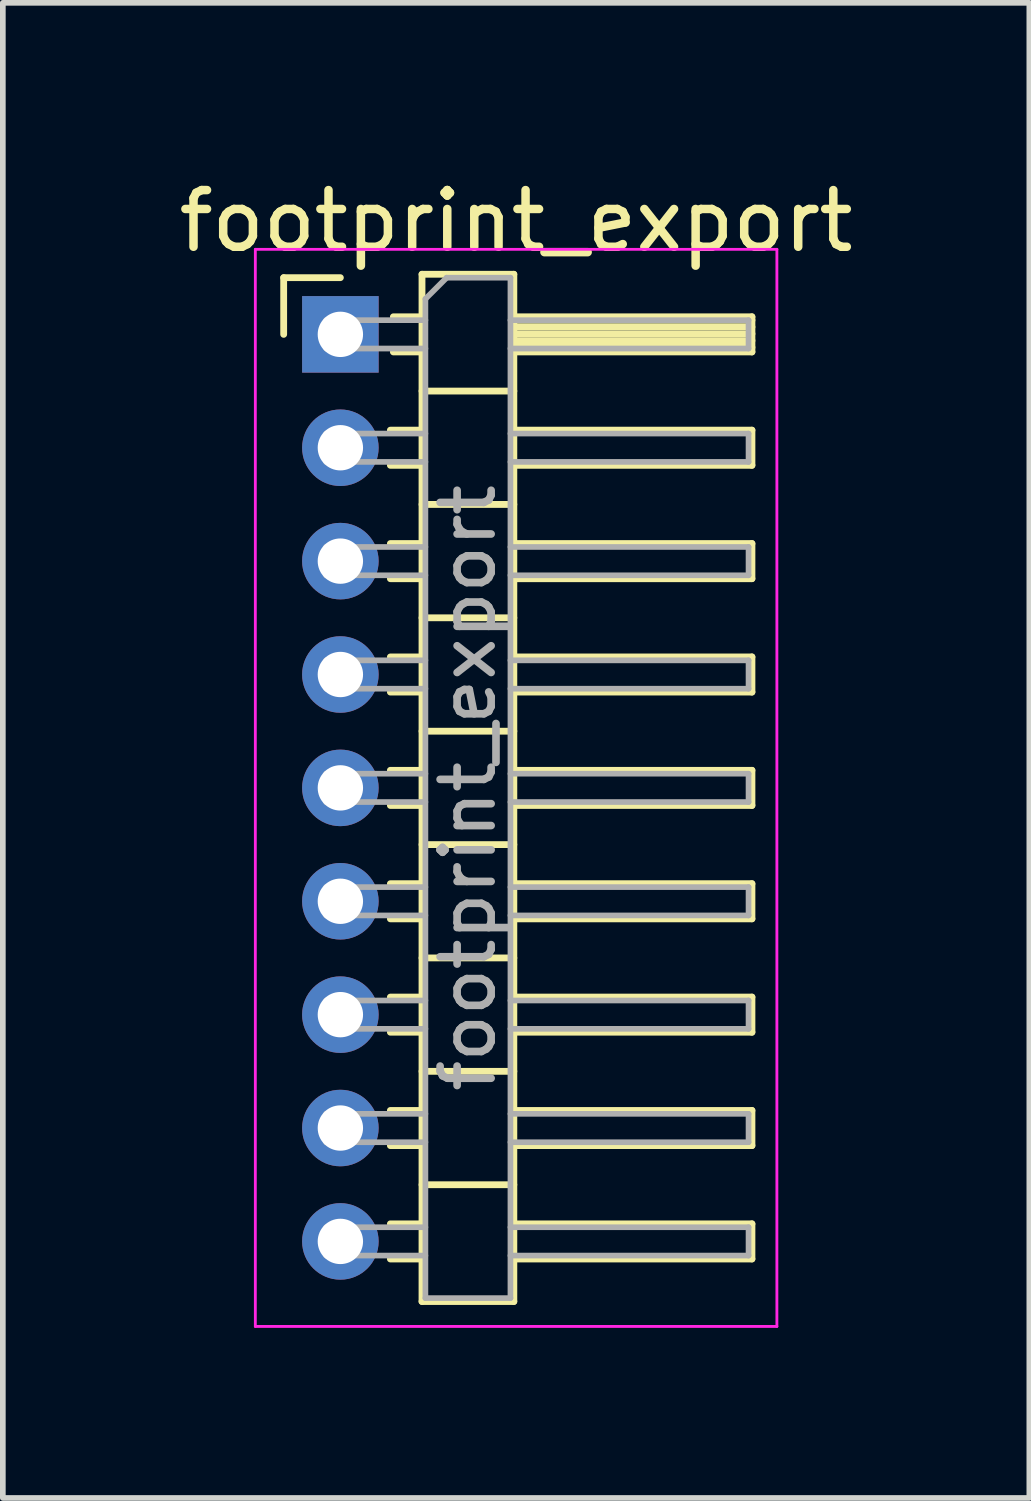
<source format=kicad_pcb>
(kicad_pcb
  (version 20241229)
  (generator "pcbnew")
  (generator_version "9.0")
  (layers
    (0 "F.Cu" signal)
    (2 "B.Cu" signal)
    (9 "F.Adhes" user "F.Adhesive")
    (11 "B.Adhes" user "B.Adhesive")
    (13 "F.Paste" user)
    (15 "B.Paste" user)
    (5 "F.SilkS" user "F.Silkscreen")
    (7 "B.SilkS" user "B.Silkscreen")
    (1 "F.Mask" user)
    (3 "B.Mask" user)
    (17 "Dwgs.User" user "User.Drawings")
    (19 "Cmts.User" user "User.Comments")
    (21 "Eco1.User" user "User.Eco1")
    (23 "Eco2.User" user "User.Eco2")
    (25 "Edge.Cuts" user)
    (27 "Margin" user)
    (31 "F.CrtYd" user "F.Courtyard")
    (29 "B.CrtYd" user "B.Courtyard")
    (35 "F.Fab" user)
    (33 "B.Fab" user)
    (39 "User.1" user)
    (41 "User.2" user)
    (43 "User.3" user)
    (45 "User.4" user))
  (footprint "footprint_export"
    (layer "F.Cu")
    (at 2.954 2.848)
    (property "Reference" "footprint_export" (at 3.1 -2 0) (layer "F.SilkS") (effects (font (size 1 1) (thickness 0.15))))
    (attr through_hole)
    (fp_line (start -1 -1) (end 0 -1) (stroke (width 0.12) (type solid)) (layer "F.SilkS"))
    (fp_line (start -1 0) (end -1 -1) (stroke (width 0.12) (type solid)) (layer "F.SilkS"))
    (fp_line (start 0.882 1.69) (end 1.44 1.69) (stroke (width 0.12) (type solid)) (layer "F.SilkS"))
    (fp_line (start 0.882 2.31) (end 1.44 2.31) (stroke (width 0.12) (type solid)) (layer "F.SilkS"))
    (fp_line (start 0.882 3.69) (end 1.44 3.69) (stroke (width 0.12) (type solid)) (layer "F.SilkS"))
    (fp_line (start 0.882 4.31) (end 1.44 4.31) (stroke (width 0.12) (type solid)) (layer "F.SilkS"))
    (fp_line (start 0.882 5.69) (end 1.44 5.69) (stroke (width 0.12) (type solid)) (layer "F.SilkS"))
    (fp_line (start 0.882 6.31) (end 1.44 6.31) (stroke (width 0.12) (type solid)) (layer "F.SilkS"))
    (fp_line (start 0.882 7.69) (end 1.44 7.69) (stroke (width 0.12) (type solid)) (layer "F.SilkS"))
    (fp_line (start 0.882 8.31) (end 1.44 8.31) (stroke (width 0.12) (type solid)) (layer "F.SilkS"))
    (fp_line (start 0.882 9.69) (end 1.44 9.69) (stroke (width 0.12) (type solid)) (layer "F.SilkS"))
    (fp_line (start 0.882 10.31) (end 1.44 10.31) (stroke (width 0.12) (type solid)) (layer "F.SilkS"))
    (fp_line (start 0.882 11.69) (end 1.44 11.69) (stroke (width 0.12) (type solid)) (layer "F.SilkS"))
    (fp_line (start 0.882 12.31) (end 1.44 12.31) (stroke (width 0.12) (type solid)) (layer "F.SilkS"))
    (fp_line (start 0.882 13.69) (end 1.44 13.69) (stroke (width 0.12) (type solid)) (layer "F.SilkS"))
    (fp_line (start 0.882 14.31) (end 1.44 14.31) (stroke (width 0.12) (type solid)) (layer "F.SilkS"))
    (fp_line (start 0.882 15.69) (end 1.44 15.69) (stroke (width 0.12) (type solid)) (layer "F.SilkS"))
    (fp_line (start 0.882 16.31) (end 1.44 16.31) (stroke (width 0.12) (type solid)) (layer "F.SilkS"))
    (fp_line (start 0.935 -0.31) (end 1.44 -0.31) (stroke (width 0.12) (type solid)) (layer "F.SilkS"))
    (fp_line (start 0.935 0.31) (end 1.44 0.31) (stroke (width 0.12) (type solid)) (layer "F.SilkS"))
    (fp_line (start 1.44 -1.06) (end 1.44 17.06) (stroke (width 0.12) (type solid)) (layer "F.SilkS"))
    (fp_line (start 1.44 1) (end 3.06 1) (stroke (width 0.12) (type solid)) (layer "F.SilkS"))
    (fp_line (start 1.44 3) (end 3.06 3) (stroke (width 0.12) (type solid)) (layer "F.SilkS"))
    (fp_line (start 1.44 5) (end 3.06 5) (stroke (width 0.12) (type solid)) (layer "F.SilkS"))
    (fp_line (start 1.44 7) (end 3.06 7) (stroke (width 0.12) (type solid)) (layer "F.SilkS"))
    (fp_line (start 1.44 9) (end 3.06 9) (stroke (width 0.12) (type solid)) (layer "F.SilkS"))
    (fp_line (start 1.44 11) (end 3.06 11) (stroke (width 0.12) (type solid)) (layer "F.SilkS"))
    (fp_line (start 1.44 13) (end 3.06 13) (stroke (width 0.12) (type solid)) (layer "F.SilkS"))
    (fp_line (start 1.44 15) (end 3.06 15) (stroke (width 0.12) (type solid)) (layer "F.SilkS"))
    (fp_line (start 1.44 17.06) (end 3.06 17.06) (stroke (width 0.12) (type solid)) (layer "F.SilkS"))
    (fp_line (start 3.06 -1.06) (end 1.44 -1.06) (stroke (width 0.12) (type solid)) (layer "F.SilkS"))
    (fp_line (start 3.06 -0.31) (end 7.26 -0.31) (stroke (width 0.12) (type solid)) (layer "F.SilkS"))
    (fp_line (start 3.06 -0.25) (end 7.26 -0.25) (stroke (width 0.12) (type solid)) (layer "F.SilkS"))
    (fp_line (start 3.06 -0.13) (end 7.26 -0.13) (stroke (width 0.12) (type solid)) (layer "F.SilkS"))
    (fp_line (start 3.06 -0.01) (end 7.26 -0.01) (stroke (width 0.12) (type solid)) (layer "F.SilkS"))
    (fp_line (start 3.06 0.11) (end 7.26 0.11) (stroke (width 0.12) (type solid)) (layer "F.SilkS"))
    (fp_line (start 3.06 0.23) (end 7.26 0.23) (stroke (width 0.12) (type solid)) (layer "F.SilkS"))
    (fp_line (start 3.06 1.69) (end 7.26 1.69) (stroke (width 0.12) (type solid)) (layer "F.SilkS"))
    (fp_line (start 3.06 3.69) (end 7.26 3.69) (stroke (width 0.12) (type solid)) (layer "F.SilkS"))
    (fp_line (start 3.06 5.69) (end 7.26 5.69) (stroke (width 0.12) (type solid)) (layer "F.SilkS"))
    (fp_line (start 3.06 7.69) (end 7.26 7.69) (stroke (width 0.12) (type solid)) (layer "F.SilkS"))
    (fp_line (start 3.06 9.69) (end 7.26 9.69) (stroke (width 0.12) (type solid)) (layer "F.SilkS"))
    (fp_line (start 3.06 11.69) (end 7.26 11.69) (stroke (width 0.12) (type solid)) (layer "F.SilkS"))
    (fp_line (start 3.06 13.69) (end 7.26 13.69) (stroke (width 0.12) (type solid)) (layer "F.SilkS"))
    (fp_line (start 3.06 15.69) (end 7.26 15.69) (stroke (width 0.12) (type solid)) (layer "F.SilkS"))
    (fp_line (start 3.06 17.06) (end 3.06 -1.06) (stroke (width 0.12) (type solid)) (layer "F.SilkS"))
    (fp_line (start 7.26 -0.31) (end 7.26 0.31) (stroke (width 0.12) (type solid)) (layer "F.SilkS"))
    (fp_line (start 7.26 0.31) (end 3.06 0.31) (stroke (width 0.12) (type solid)) (layer "F.SilkS"))
    (fp_line (start 7.26 1.69) (end 7.26 2.31) (stroke (width 0.12) (type solid)) (layer "F.SilkS"))
    (fp_line (start 7.26 2.31) (end 3.06 2.31) (stroke (width 0.12) (type solid)) (layer "F.SilkS"))
    (fp_line (start 7.26 3.69) (end 7.26 4.31) (stroke (width 0.12) (type solid)) (layer "F.SilkS"))
    (fp_line (start 7.26 4.31) (end 3.06 4.31) (stroke (width 0.12) (type solid)) (layer "F.SilkS"))
    (fp_line (start 7.26 5.69) (end 7.26 6.31) (stroke (width 0.12) (type solid)) (layer "F.SilkS"))
    (fp_line (start 7.26 6.31) (end 3.06 6.31) (stroke (width 0.12) (type solid)) (layer "F.SilkS"))
    (fp_line (start 7.26 7.69) (end 7.26 8.31) (stroke (width 0.12) (type solid)) (layer "F.SilkS"))
    (fp_line (start 7.26 8.31) (end 3.06 8.31) (stroke (width 0.12) (type solid)) (layer "F.SilkS"))
    (fp_line (start 7.26 9.69) (end 7.26 10.31) (stroke (width 0.12) (type solid)) (layer "F.SilkS"))
    (fp_line (start 7.26 10.31) (end 3.06 10.31) (stroke (width 0.12) (type solid)) (layer "F.SilkS"))
    (fp_line (start 7.26 11.69) (end 7.26 12.31) (stroke (width 0.12) (type solid)) (layer "F.SilkS"))
    (fp_line (start 7.26 12.31) (end 3.06 12.31) (stroke (width 0.12) (type solid)) (layer "F.SilkS"))
    (fp_line (start 7.26 13.69) (end 7.26 14.31) (stroke (width 0.12) (type solid)) (layer "F.SilkS"))
    (fp_line (start 7.26 14.31) (end 3.06 14.31) (stroke (width 0.12) (type solid)) (layer "F.SilkS"))
    (fp_line (start 7.26 15.69) (end 7.26 16.31) (stroke (width 0.12) (type solid)) (layer "F.SilkS"))
    (fp_line (start 7.26 16.31) (end 3.06 16.31) (stroke (width 0.12) (type solid)) (layer "F.SilkS"))
    (fp_line (start -1.5 -1.5) (end -1.5 17.5) (stroke (width 0.05) (type solid)) (layer "F.CrtYd"))
    (fp_line (start -1.5 17.5) (end 7.7 17.5) (stroke (width 0.05) (type solid)) (layer "F.CrtYd"))
    (fp_line (start 7.7 -1.5) (end -1.5 -1.5) (stroke (width 0.05) (type solid)) (layer "F.CrtYd"))
    (fp_line (start 7.7 17.5) (end 7.7 -1.5) (stroke (width 0.05) (type solid)) (layer "F.CrtYd"))
    (fp_line (start -0.25 -0.25) (end -0.25 0.25) (stroke (width 0.1) (type solid)) (layer "F.Fab"))
    (fp_line (start -0.25 -0.25) (end 1.5 -0.25) (stroke (width 0.1) (type solid)) (layer "F.Fab"))
    (fp_line (start -0.25 0.25) (end 1.5 0.25) (stroke (width 0.1) (type solid)) (layer "F.Fab"))
    (fp_line (start -0.25 1.75) (end -0.25 2.25) (stroke (width 0.1) (type solid)) (layer "F.Fab"))
    (fp_line (start -0.25 1.75) (end 1.5 1.75) (stroke (width 0.1) (type solid)) (layer "F.Fab"))
    (fp_line (start -0.25 2.25) (end 1.5 2.25) (stroke (width 0.1) (type solid)) (layer "F.Fab"))
    (fp_line (start -0.25 3.75) (end -0.25 4.25) (stroke (width 0.1) (type solid)) (layer "F.Fab"))
    (fp_line (start -0.25 3.75) (end 1.5 3.75) (stroke (width 0.1) (type solid)) (layer "F.Fab"))
    (fp_line (start -0.25 4.25) (end 1.5 4.25) (stroke (width 0.1) (type solid)) (layer "F.Fab"))
    (fp_line (start -0.25 5.75) (end -0.25 6.25) (stroke (width 0.1) (type solid)) (layer "F.Fab"))
    (fp_line (start -0.25 5.75) (end 1.5 5.75) (stroke (width 0.1) (type solid)) (layer "F.Fab"))
    (fp_line (start -0.25 6.25) (end 1.5 6.25) (stroke (width 0.1) (type solid)) (layer "F.Fab"))
    (fp_line (start -0.25 7.75) (end -0.25 8.25) (stroke (width 0.1) (type solid)) (layer "F.Fab"))
    (fp_line (start -0.25 7.75) (end 1.5 7.75) (stroke (width 0.1) (type solid)) (layer "F.Fab"))
    (fp_line (start -0.25 8.25) (end 1.5 8.25) (stroke (width 0.1) (type solid)) (layer "F.Fab"))
    (fp_line (start -0.25 9.75) (end -0.25 10.25) (stroke (width 0.1) (type solid)) (layer "F.Fab"))
    (fp_line (start -0.25 9.75) (end 1.5 9.75) (stroke (width 0.1) (type solid)) (layer "F.Fab"))
    (fp_line (start -0.25 10.25) (end 1.5 10.25) (stroke (width 0.1) (type solid)) (layer "F.Fab"))
    (fp_line (start -0.25 11.75) (end -0.25 12.25) (stroke (width 0.1) (type solid)) (layer "F.Fab"))
    (fp_line (start -0.25 11.75) (end 1.5 11.75) (stroke (width 0.1) (type solid)) (layer "F.Fab"))
    (fp_line (start -0.25 12.25) (end 1.5 12.25) (stroke (width 0.1) (type solid)) (layer "F.Fab"))
    (fp_line (start -0.25 13.75) (end -0.25 14.25) (stroke (width 0.1) (type solid)) (layer "F.Fab"))
    (fp_line (start -0.25 13.75) (end 1.5 13.75) (stroke (width 0.1) (type solid)) (layer "F.Fab"))
    (fp_line (start -0.25 14.25) (end 1.5 14.25) (stroke (width 0.1) (type solid)) (layer "F.Fab"))
    (fp_line (start -0.25 15.75) (end -0.25 16.25) (stroke (width 0.1) (type solid)) (layer "F.Fab"))
    (fp_line (start -0.25 15.75) (end 1.5 15.75) (stroke (width 0.1) (type solid)) (layer "F.Fab"))
    (fp_line (start -0.25 16.25) (end 1.5 16.25) (stroke (width 0.1) (type solid)) (layer "F.Fab"))
    (fp_line (start 1.5 -0.625) (end 1.875 -1) (stroke (width 0.1) (type solid)) (layer "F.Fab"))
    (fp_line (start 1.5 17) (end 1.5 -0.625) (stroke (width 0.1) (type solid)) (layer "F.Fab"))
    (fp_line (start 1.875 -1) (end 3 -1) (stroke (width 0.1) (type solid)) (layer "F.Fab"))
    (fp_line (start 3 -1) (end 3 17) (stroke (width 0.1) (type solid)) (layer "F.Fab"))
    (fp_line (start 3 -0.25) (end 7.2 -0.25) (stroke (width 0.1) (type solid)) (layer "F.Fab"))
    (fp_line (start 3 0.25) (end 7.2 0.25) (stroke (width 0.1) (type solid)) (layer "F.Fab"))
    (fp_line (start 3 1.75) (end 7.2 1.75) (stroke (width 0.1) (type solid)) (layer "F.Fab"))
    (fp_line (start 3 2.25) (end 7.2 2.25) (stroke (width 0.1) (type solid)) (layer "F.Fab"))
    (fp_line (start 3 3.75) (end 7.2 3.75) (stroke (width 0.1) (type solid)) (layer "F.Fab"))
    (fp_line (start 3 4.25) (end 7.2 4.25) (stroke (width 0.1) (type solid)) (layer "F.Fab"))
    (fp_line (start 3 5.75) (end 7.2 5.75) (stroke (width 0.1) (type solid)) (layer "F.Fab"))
    (fp_line (start 3 6.25) (end 7.2 6.25) (stroke (width 0.1) (type solid)) (layer "F.Fab"))
    (fp_line (start 3 7.75) (end 7.2 7.75) (stroke (width 0.1) (type solid)) (layer "F.Fab"))
    (fp_line (start 3 8.25) (end 7.2 8.25) (stroke (width 0.1) (type solid)) (layer "F.Fab"))
    (fp_line (start 3 9.75) (end 7.2 9.75) (stroke (width 0.1) (type solid)) (layer "F.Fab"))
    (fp_line (start 3 10.25) (end 7.2 10.25) (stroke (width 0.1) (type solid)) (layer "F.Fab"))
    (fp_line (start 3 11.75) (end 7.2 11.75) (stroke (width 0.1) (type solid)) (layer "F.Fab"))
    (fp_line (start 3 12.25) (end 7.2 12.25) (stroke (width 0.1) (type solid)) (layer "F.Fab"))
    (fp_line (start 3 13.75) (end 7.2 13.75) (stroke (width 0.1) (type solid)) (layer "F.Fab"))
    (fp_line (start 3 14.25) (end 7.2 14.25) (stroke (width 0.1) (type solid)) (layer "F.Fab"))
    (fp_line (start 3 15.75) (end 7.2 15.75) (stroke (width 0.1) (type solid)) (layer "F.Fab"))
    (fp_line (start 3 16.25) (end 7.2 16.25) (stroke (width 0.1) (type solid)) (layer "F.Fab"))
    (fp_line (start 3 17) (end 1.5 17) (stroke (width 0.1) (type solid)) (layer "F.Fab"))
    (fp_line (start 7.2 -0.25) (end 7.2 0.25) (stroke (width 0.1) (type solid)) (layer "F.Fab"))
    (fp_line (start 7.2 1.75) (end 7.2 2.25) (stroke (width 0.1) (type solid)) (layer "F.Fab"))
    (fp_line (start 7.2 3.75) (end 7.2 4.25) (stroke (width 0.1) (type solid)) (layer "F.Fab"))
    (fp_line (start 7.2 5.75) (end 7.2 6.25) (stroke (width 0.1) (type solid)) (layer "F.Fab"))
    (fp_line (start 7.2 7.75) (end 7.2 8.25) (stroke (width 0.1) (type solid)) (layer "F.Fab"))
    (fp_line (start 7.2 9.75) (end 7.2 10.25) (stroke (width 0.1) (type solid)) (layer "F.Fab"))
    (fp_line (start 7.2 11.75) (end 7.2 12.25) (stroke (width 0.1) (type solid)) (layer "F.Fab"))
    (fp_line (start 7.2 13.75) (end 7.2 14.25) (stroke (width 0.1) (type solid)) (layer "F.Fab"))
    (fp_line (start 7.2 15.75) (end 7.2 16.25) (stroke (width 0.1) (type solid)) (layer "F.Fab"))
    (fp_text user "${REFERENCE}" (at 2.25 8 90) (layer "F.Fab") (effects (font (size 0.9 0.9) (thickness 0.135))))
    (pad "1" thru_hole rect (at 0 0) (size 1.35 1.35) (drill 0.8) (layers "*.Cu" "*.Mask"))
    (pad "2" thru_hole oval (at 0 2) (size 1.35 1.35) (drill 0.8) (layers "*.Cu" "*.Mask"))
    (pad "3" thru_hole oval (at 0 4) (size 1.35 1.35) (drill 0.8) (layers "*.Cu" "*.Mask"))
    (pad "4" thru_hole oval (at 0 6) (size 1.35 1.35) (drill 0.8) (layers "*.Cu" "*.Mask"))
    (pad "5" thru_hole oval (at 0 8) (size 1.35 1.35) (drill 0.8) (layers "*.Cu" "*.Mask"))
    (pad "6" thru_hole oval (at 0 10) (size 1.35 1.35) (drill 0.8) (layers "*.Cu" "*.Mask"))
    (pad "7" thru_hole oval (at 0 12) (size 1.35 1.35) (drill 0.8) (layers "*.Cu" "*.Mask"))
    (pad "8" thru_hole oval (at 0 14) (size 1.35 1.35) (drill 0.8) (layers "*.Cu" "*.Mask"))
    (pad "9" thru_hole oval (at 0 16) (size 1.35 1.35) (drill 0.8) (layers "*.Cu" "*.Mask")))
  (gr_rect
    (start -3 -3)
    (end 15.107 23.373)
    (stroke (width 0.1) (type default))
    (fill no)
    (layer "Edge.Cuts")))
</source>
